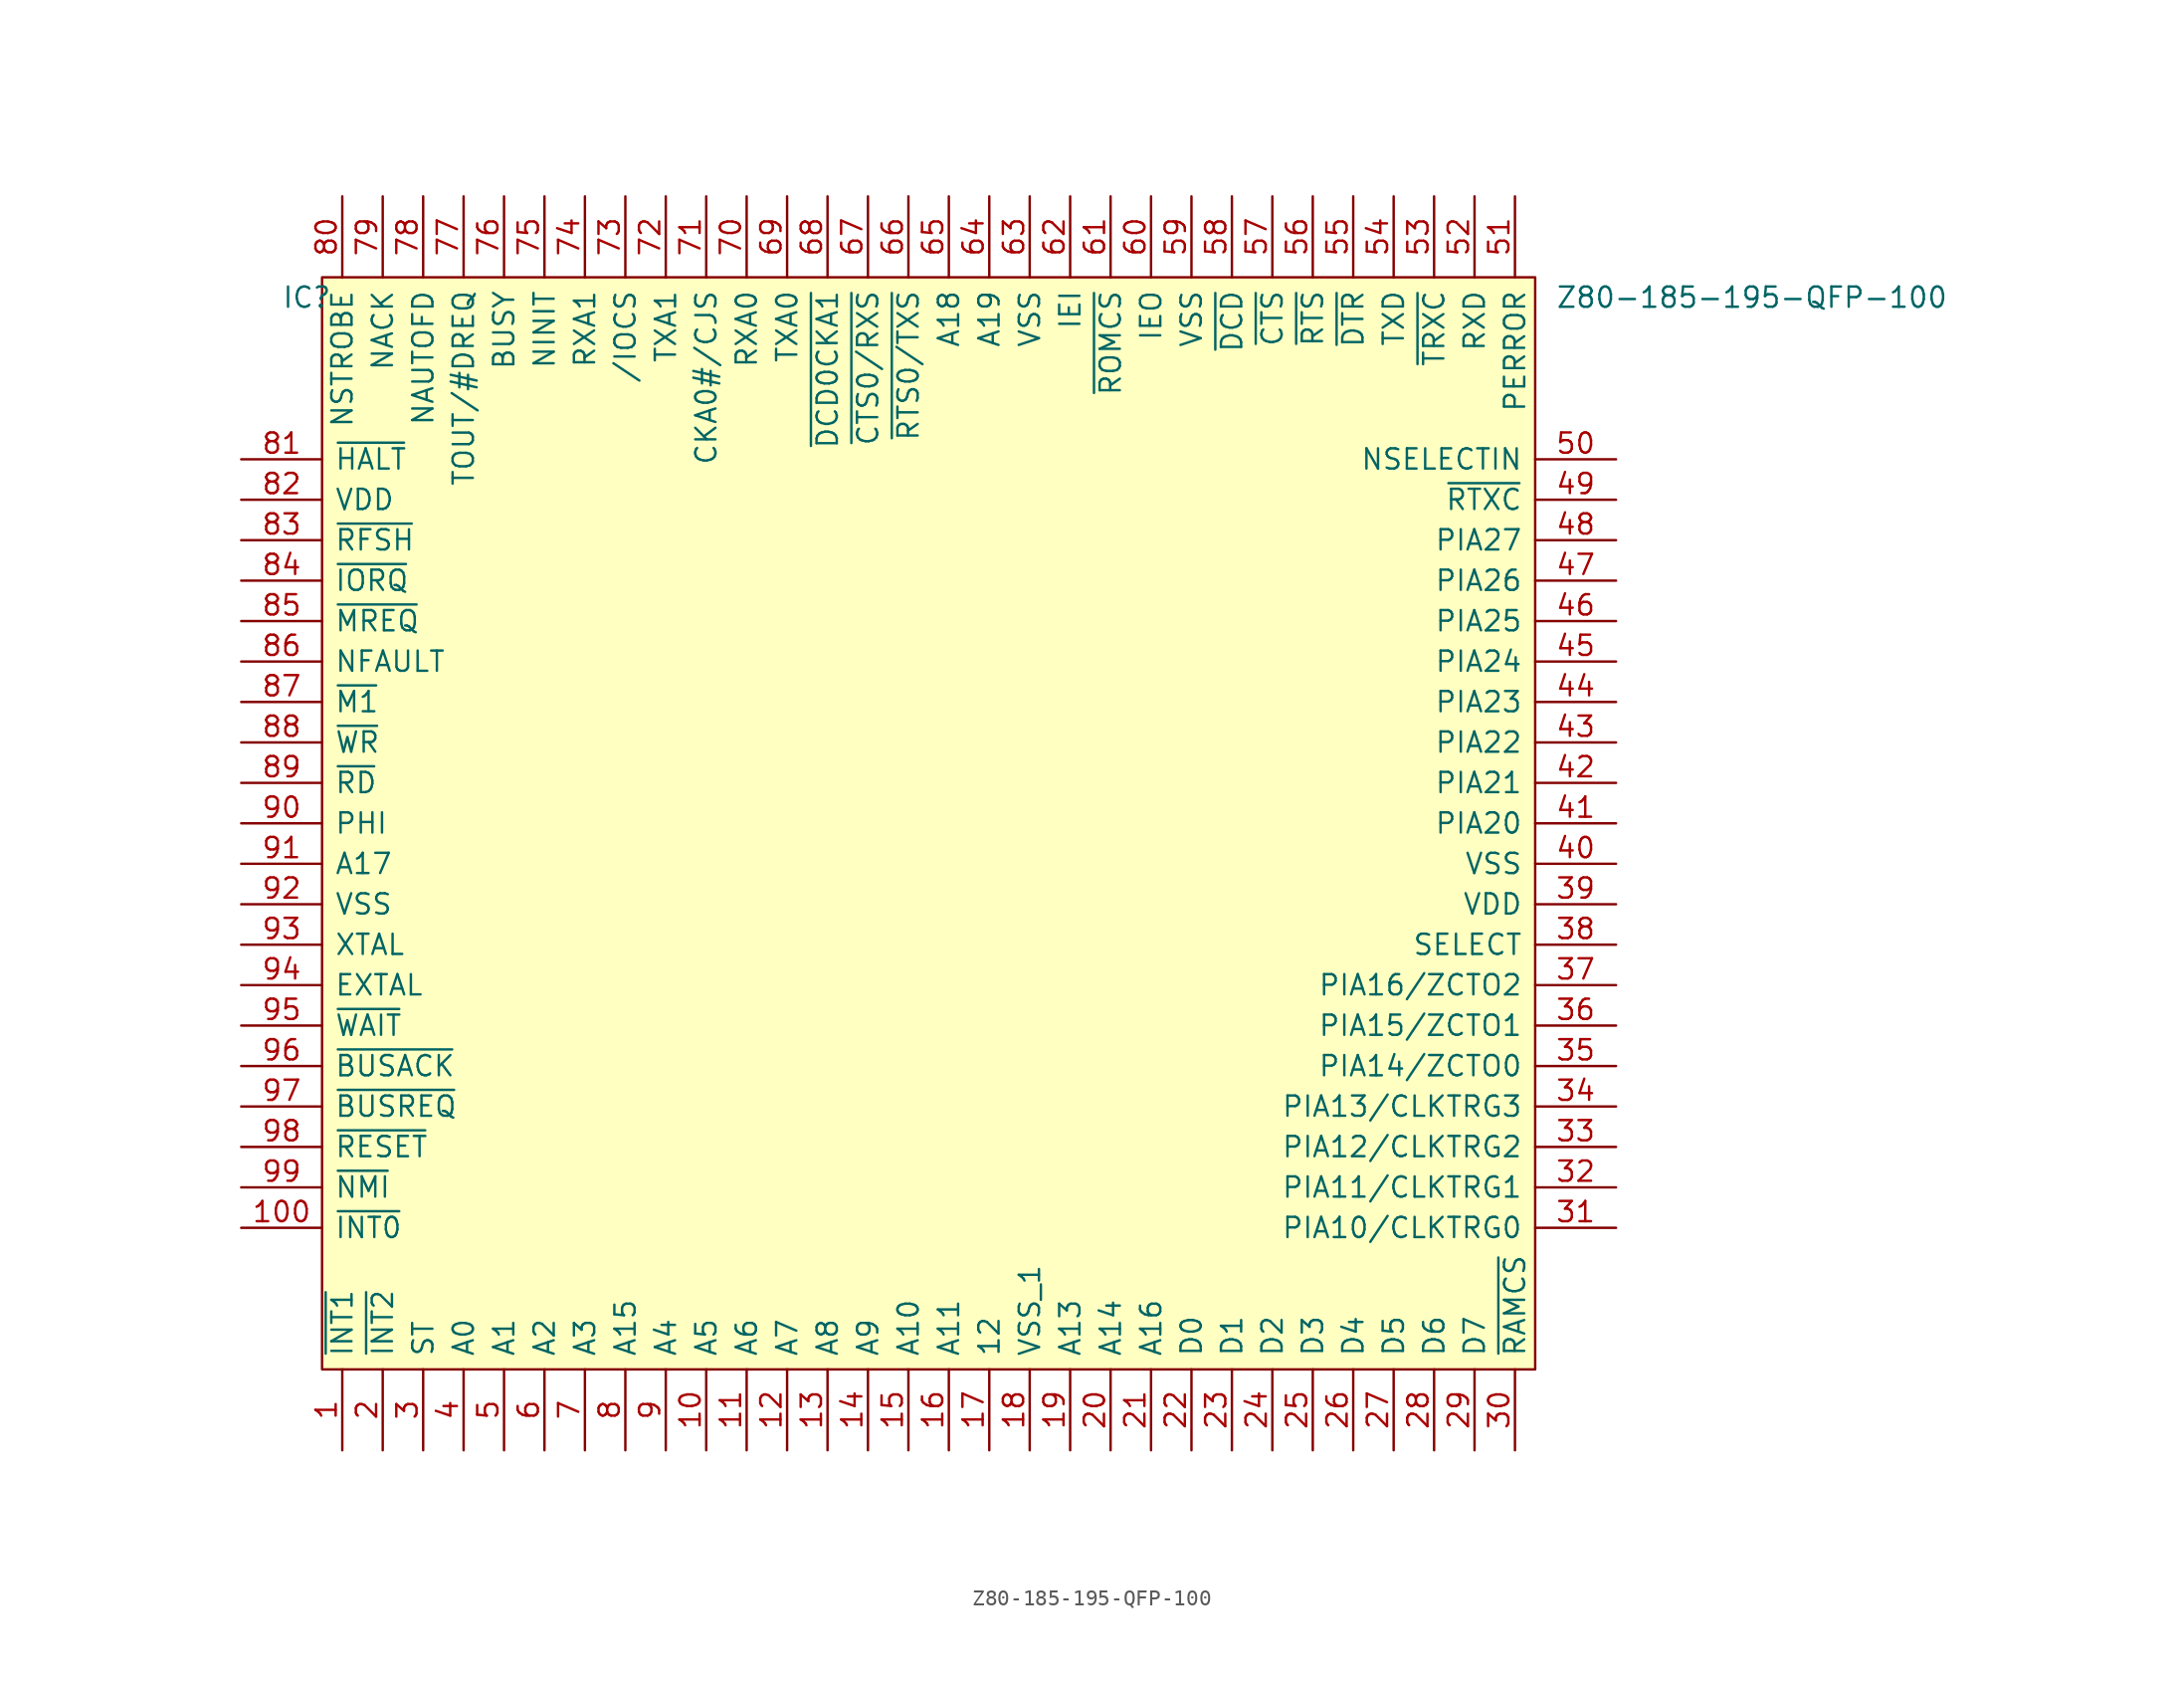
<source format=kicad_sym>
(kicad_symbol_lib
  (version 20211014)
  (generator kicad_symbol_editor)
  (symbol "Z80-185-195-QFP-100"
    (pin_names
      (offset 0.762))
    (property "Reference" "IC"
      (at -2.54 -1.27 0)
      (effects (font (size 1.27 1.27)) (justify left)))
    (property "Value" "Z80-185-195-QFP-100"
      (at 77.47 -1.27 0)
      (effects (font (size 1.27 1.27)) (justify left)))
    (symbol "Z80-185-195-QFP-100_0_0"
      (pin bidirectional line (at 1.27 -73.66 90) (length 5.08) (name "~{INT1}" (effects (font (size 1.27 1.27)))) (number "1" (effects (font (size 1.27 1.27)))))
      (pin bidirectional line (at 24.13 -73.66 90) (length 5.08) (name "A5" (effects (font (size 1.27 1.27)))) (number "10" (effects (font (size 1.27 1.27)))))
      (pin bidirectional line (at -5.08 -59.69 0) (length 5.08) (name "~{INT0}" (effects (font (size 1.27 1.27)))) (number "100" (effects (font (size 1.27 1.27)))))
      (pin bidirectional line (at 26.67 -73.66 90) (length 5.08) (name "A6" (effects (font (size 1.27 1.27)))) (number "11" (effects (font (size 1.27 1.27)))))
      (pin bidirectional line (at 29.21 -73.66 90) (length 5.08) (name "A7" (effects (font (size 1.27 1.27)))) (number "12" (effects (font (size 1.27 1.27)))))
      (pin bidirectional line (at 31.75 -73.66 90) (length 5.08) (name "A8" (effects (font (size 1.27 1.27)))) (number "13" (effects (font (size 1.27 1.27)))))
      (pin bidirectional line (at 34.29 -73.66 90) (length 5.08) (name "A9" (effects (font (size 1.27 1.27)))) (number "14" (effects (font (size 1.27 1.27)))))
      (pin bidirectional line (at 36.83 -73.66 90) (length 5.08) (name "A10" (effects (font (size 1.27 1.27)))) (number "15" (effects (font (size 1.27 1.27)))))
      (pin bidirectional line (at 39.37 -73.66 90) (length 5.08) (name "A11" (effects (font (size 1.27 1.27)))) (number "16" (effects (font (size 1.27 1.27)))))
      (pin bidirectional line (at 41.91 -73.66 90) (length 5.08) (name "12" (effects (font (size 1.27 1.27)))) (number "17" (effects (font (size 1.27 1.27)))))
      (pin bidirectional line (at 44.45 -73.66 90) (length 5.08) (name "VSS_1" (effects (font (size 1.27 1.27)))) (number "18" (effects (font (size 1.27 1.27)))))
      (pin bidirectional line (at 46.99 -73.66 90) (length 5.08) (name "A13" (effects (font (size 1.27 1.27)))) (number "19" (effects (font (size 1.27 1.27)))))
      (pin bidirectional line (at 3.81 -73.66 90) (length 5.08) (name "~{INT2}" (effects (font (size 1.27 1.27)))) (number "2" (effects (font (size 1.27 1.27)))))
      (pin bidirectional line (at 49.53 -73.66 90) (length 5.08) (name "A14" (effects (font (size 1.27 1.27)))) (number "20" (effects (font (size 1.27 1.27)))))
      (pin bidirectional line (at 52.07 -73.66 90) (length 5.08) (name "A16" (effects (font (size 1.27 1.27)))) (number "21" (effects (font (size 1.27 1.27)))))
      (pin bidirectional line (at 54.61 -73.66 90) (length 5.08) (name "D0" (effects (font (size 1.27 1.27)))) (number "22" (effects (font (size 1.27 1.27)))))
      (pin bidirectional line (at 57.15 -73.66 90) (length 5.08) (name "D1" (effects (font (size 1.27 1.27)))) (number "23" (effects (font (size 1.27 1.27)))))
      (pin bidirectional line (at 59.69 -73.66 90) (length 5.08) (name "D2" (effects (font (size 1.27 1.27)))) (number "24" (effects (font (size 1.27 1.27)))))
      (pin bidirectional line (at 62.23 -73.66 90) (length 5.08) (name "D3" (effects (font (size 1.27 1.27)))) (number "25" (effects (font (size 1.27 1.27)))))
      (pin bidirectional line (at 64.77 -73.66 90) (length 5.08) (name "D4" (effects (font (size 1.27 1.27)))) (number "26" (effects (font (size 1.27 1.27)))))
      (pin bidirectional line (at 67.31 -73.66 90) (length 5.08) (name "D5" (effects (font (size 1.27 1.27)))) (number "27" (effects (font (size 1.27 1.27)))))
      (pin bidirectional line (at 69.85 -73.66 90) (length 5.08) (name "D6" (effects (font (size 1.27 1.27)))) (number "28" (effects (font (size 1.27 1.27)))))
      (pin bidirectional line (at 72.39 -73.66 90) (length 5.08) (name "D7" (effects (font (size 1.27 1.27)))) (number "29" (effects (font (size 1.27 1.27)))))
      (pin bidirectional line (at 6.35 -73.66 90) (length 5.08) (name "ST" (effects (font (size 1.27 1.27)))) (number "3" (effects (font (size 1.27 1.27)))))
      (pin bidirectional line (at 74.93 -73.66 90) (length 5.08) (name "~{RAMCS}" (effects (font (size 1.27 1.27)))) (number "30" (effects (font (size 1.27 1.27)))))
      (pin bidirectional line (at 81.28 -59.69 180) (length 5.08) (name "PIA10/CLKTRG0" (effects (font (size 1.27 1.27)))) (number "31" (effects (font (size 1.27 1.27)))))
      (pin bidirectional line (at 81.28 -57.15 180) (length 5.08) (name "PIA11/CLKTRG1" (effects (font (size 1.27 1.27)))) (number "32" (effects (font (size 1.27 1.27)))))
      (pin bidirectional line (at 81.28 -54.61 180) (length 5.08) (name "PIA12/CLKTRG2" (effects (font (size 1.27 1.27)))) (number "33" (effects (font (size 1.27 1.27)))))
      (pin bidirectional line (at 81.28 -52.07 180) (length 5.08) (name "PIA13/CLKTRG3" (effects (font (size 1.27 1.27)))) (number "34" (effects (font (size 1.27 1.27)))))
      (pin bidirectional line (at 81.28 -49.53 180) (length 5.08) (name "PIA14/ZCTO0" (effects (font (size 1.27 1.27)))) (number "35" (effects (font (size 1.27 1.27)))))
      (pin bidirectional line (at 81.28 -46.99 180) (length 5.08) (name "PIA15/ZCTO1" (effects (font (size 1.27 1.27)))) (number "36" (effects (font (size 1.27 1.27)))))
      (pin bidirectional line (at 81.28 -44.45 180) (length 5.08) (name "PIA16/ZCTO2" (effects (font (size 1.27 1.27)))) (number "37" (effects (font (size 1.27 1.27)))))
      (pin bidirectional line (at 81.28 -41.91 180) (length 5.08) (name "SELECT" (effects (font (size 1.27 1.27)))) (number "38" (effects (font (size 1.27 1.27)))))
      (pin bidirectional line (at 81.28 -39.37 180) (length 5.08) (name "VDD" (effects (font (size 1.27 1.27)))) (number "39" (effects (font (size 1.27 1.27)))))
      (pin bidirectional line (at 8.89 -73.66 90) (length 5.08) (name "A0" (effects (font (size 1.27 1.27)))) (number "4" (effects (font (size 1.27 1.27)))))
      (pin bidirectional line (at 81.28 -36.83 180) (length 5.08) (name "VSS" (effects (font (size 1.27 1.27)))) (number "40" (effects (font (size 1.27 1.27)))))
      (pin bidirectional line (at 81.28 -34.29 180) (length 5.08) (name "PIA20" (effects (font (size 1.27 1.27)))) (number "41" (effects (font (size 1.27 1.27)))))
      (pin bidirectional line (at 81.28 -31.75 180) (length 5.08) (name "PIA21" (effects (font (size 1.27 1.27)))) (number "42" (effects (font (size 1.27 1.27)))))
      (pin bidirectional line (at 81.28 -29.21 180) (length 5.08) (name "PIA22" (effects (font (size 1.27 1.27)))) (number "43" (effects (font (size 1.27 1.27)))))
      (pin bidirectional line (at 81.28 -26.67 180) (length 5.08) (name "PIA23" (effects (font (size 1.27 1.27)))) (number "44" (effects (font (size 1.27 1.27)))))
      (pin bidirectional line (at 81.28 -24.13 180) (length 5.08) (name "PIA24" (effects (font (size 1.27 1.27)))) (number "45" (effects (font (size 1.27 1.27)))))
      (pin bidirectional line (at 81.28 -21.59 180) (length 5.08) (name "PIA25" (effects (font (size 1.27 1.27)))) (number "46" (effects (font (size 1.27 1.27)))))
      (pin bidirectional line (at 81.28 -19.05 180) (length 5.08) (name "PIA26" (effects (font (size 1.27 1.27)))) (number "47" (effects (font (size 1.27 1.27)))))
      (pin bidirectional line (at 81.28 -16.51 180) (length 5.08) (name "PIA27" (effects (font (size 1.27 1.27)))) (number "48" (effects (font (size 1.27 1.27)))))
      (pin bidirectional line (at 81.28 -13.97 180) (length 5.08) (name "~{RTXC}" (effects (font (size 1.27 1.27)))) (number "49" (effects (font (size 1.27 1.27)))))
      (pin bidirectional line (at 11.43 -73.66 90) (length 5.08) (name "A1" (effects (font (size 1.27 1.27)))) (number "5" (effects (font (size 1.27 1.27)))))
      (pin bidirectional line (at 81.28 -11.43 180) (length 5.08) (name "NSELECTIN" (effects (font (size 1.27 1.27)))) (number "50" (effects (font (size 1.27 1.27)))))
      (pin bidirectional line (at 74.93 5.08 270) (length 5.08) (name "PERROR" (effects (font (size 1.27 1.27)))) (number "51" (effects (font (size 1.27 1.27)))))
      (pin bidirectional line (at 72.39 5.08 270) (length 5.08) (name "RXD" (effects (font (size 1.27 1.27)))) (number "52" (effects (font (size 1.27 1.27)))))
      (pin bidirectional line (at 69.85 5.08 270) (length 5.08) (name "~{TRXC}" (effects (font (size 1.27 1.27)))) (number "53" (effects (font (size 1.27 1.27)))))
      (pin bidirectional line (at 67.31 5.08 270) (length 5.08) (name "TXD" (effects (font (size 1.27 1.27)))) (number "54" (effects (font (size 1.27 1.27)))))
      (pin bidirectional line (at 64.77 5.08 270) (length 5.08) (name "~{DTR}" (effects (font (size 1.27 1.27)))) (number "55" (effects (font (size 1.27 1.27)))))
      (pin bidirectional line (at 62.23 5.08 270) (length 5.08) (name "~{RTS}" (effects (font (size 1.27 1.27)))) (number "56" (effects (font (size 1.27 1.27)))))
      (pin bidirectional line (at 59.69 5.08 270) (length 5.08) (name "~{CTS}" (effects (font (size 1.27 1.27)))) (number "57" (effects (font (size 1.27 1.27)))))
      (pin bidirectional line (at 57.15 5.08 270) (length 5.08) (name "~{DCD}" (effects (font (size 1.27 1.27)))) (number "58" (effects (font (size 1.27 1.27)))))
      (pin bidirectional line (at 54.61 5.08 270) (length 5.08) (name "VSS" (effects (font (size 1.27 1.27)))) (number "59" (effects (font (size 1.27 1.27)))))
      (pin bidirectional line (at 13.97 -73.66 90) (length 5.08) (name "A2" (effects (font (size 1.27 1.27)))) (number "6" (effects (font (size 1.27 1.27)))))
      (pin bidirectional line (at 52.07 5.08 270) (length 5.08) (name "IEO" (effects (font (size 1.27 1.27)))) (number "60" (effects (font (size 1.27 1.27)))))
      (pin bidirectional line (at 49.53 5.08 270) (length 5.08) (name "~{ROMCS}" (effects (font (size 1.27 1.27)))) (number "61" (effects (font (size 1.27 1.27)))))
      (pin bidirectional line (at 46.99 5.08 270) (length 5.08) (name "IEI" (effects (font (size 1.27 1.27)))) (number "62" (effects (font (size 1.27 1.27)))))
      (pin bidirectional line (at 44.45 5.08 270) (length 5.08) (name "VSS" (effects (font (size 1.27 1.27)))) (number "63" (effects (font (size 1.27 1.27)))))
      (pin bidirectional line (at 41.91 5.08 270) (length 5.08) (name "A19" (effects (font (size 1.27 1.27)))) (number "64" (effects (font (size 1.27 1.27)))))
      (pin bidirectional line (at 39.37 5.08 270) (length 5.08) (name "A18" (effects (font (size 1.27 1.27)))) (number "65" (effects (font (size 1.27 1.27)))))
      (pin bidirectional line (at 36.83 5.08 270) (length 5.08) (name "~{RTS0/TXS}" (effects (font (size 1.27 1.27)))) (number "66" (effects (font (size 1.27 1.27)))))
      (pin bidirectional line (at 34.29 5.08 270) (length 5.08) (name "~{CTS0/RXS}" (effects (font (size 1.27 1.27)))) (number "67" (effects (font (size 1.27 1.27)))))
      (pin bidirectional line (at 31.75 5.08 270) (length 5.08) (name "~{DCD0CKA1}" (effects (font (size 1.27 1.27)))) (number "68" (effects (font (size 1.27 1.27)))))
      (pin bidirectional line (at 29.21 5.08 270) (length 5.08) (name "TXA0" (effects (font (size 1.27 1.27)))) (number "69" (effects (font (size 1.27 1.27)))))
      (pin bidirectional line (at 16.51 -73.66 90) (length 5.08) (name "A3" (effects (font (size 1.27 1.27)))) (number "7" (effects (font (size 1.27 1.27)))))
      (pin bidirectional line (at 26.67 5.08 270) (length 5.08) (name "RXA0" (effects (font (size 1.27 1.27)))) (number "70" (effects (font (size 1.27 1.27)))))
      (pin bidirectional line (at 24.13 5.08 270) (length 5.08) (name "CKA0#/CJS" (effects (font (size 1.27 1.27)))) (number "71" (effects (font (size 1.27 1.27)))))
      (pin bidirectional line (at 21.59 5.08 270) (length 5.08) (name "TXA1" (effects (font (size 1.27 1.27)))) (number "72" (effects (font (size 1.27 1.27)))))
      (pin bidirectional line (at 19.05 5.08 270) (length 5.08) (name "/IOCS" (effects (font (size 1.27 1.27)))) (number "73" (effects (font (size 1.27 1.27)))))
      (pin bidirectional line (at 16.51 5.08 270) (length 5.08) (name "RXA1" (effects (font (size 1.27 1.27)))) (number "74" (effects (font (size 1.27 1.27)))))
      (pin bidirectional line (at 13.97 5.08 270) (length 5.08) (name "NINIT" (effects (font (size 1.27 1.27)))) (number "75" (effects (font (size 1.27 1.27)))))
      (pin bidirectional line (at 11.43 5.08 270) (length 5.08) (name "BUSY" (effects (font (size 1.27 1.27)))) (number "76" (effects (font (size 1.27 1.27)))))
      (pin bidirectional line (at 8.89 5.08 270) (length 5.08) (name "TOUT/#DREQ" (effects (font (size 1.27 1.27)))) (number "77" (effects (font (size 1.27 1.27)))))
      (pin bidirectional line (at 6.35 5.08 270) (length 5.08) (name "NAUTOFD" (effects (font (size 1.27 1.27)))) (number "78" (effects (font (size 1.27 1.27)))))
      (pin bidirectional line (at 3.81 5.08 270) (length 5.08) (name "NACK" (effects (font (size 1.27 1.27)))) (number "79" (effects (font (size 1.27 1.27)))))
      (pin bidirectional line (at 19.05 -73.66 90) (length 5.08) (name "A15" (effects (font (size 1.27 1.27)))) (number "8" (effects (font (size 1.27 1.27)))))
      (pin bidirectional line (at 1.27 5.08 270) (length 5.08) (name "NSTROBE" (effects (font (size 1.27 1.27)))) (number "80" (effects (font (size 1.27 1.27)))))
      (pin bidirectional line (at -5.08 -11.43 0) (length 5.08) (name "~{HALT}" (effects (font (size 1.27 1.27)))) (number "81" (effects (font (size 1.27 1.27)))))
      (pin bidirectional line (at -5.08 -13.97 0) (length 5.08) (name "VDD" (effects (font (size 1.27 1.27)))) (number "82" (effects (font (size 1.27 1.27)))))
      (pin bidirectional line (at -5.08 -16.51 0) (length 5.08) (name "~{RFSH}" (effects (font (size 1.27 1.27)))) (number "83" (effects (font (size 1.27 1.27)))))
      (pin bidirectional line (at -5.08 -19.05 0) (length 5.08) (name "~{IORQ}" (effects (font (size 1.27 1.27)))) (number "84" (effects (font (size 1.27 1.27)))))
      (pin bidirectional line (at -5.08 -21.59 0) (length 5.08) (name "~{MREQ}" (effects (font (size 1.27 1.27)))) (number "85" (effects (font (size 1.27 1.27)))))
      (pin bidirectional line (at -5.08 -24.13 0) (length 5.08) (name "NFAULT" (effects (font (size 1.27 1.27)))) (number "86" (effects (font (size 1.27 1.27)))))
      (pin bidirectional line (at -5.08 -26.67 0) (length 5.08) (name "~{M1}" (effects (font (size 1.27 1.27)))) (number "87" (effects (font (size 1.27 1.27)))))
      (pin bidirectional line (at -5.08 -29.21 0) (length 5.08) (name "~{WR}" (effects (font (size 1.27 1.27)))) (number "88" (effects (font (size 1.27 1.27)))))
      (pin bidirectional line (at -5.08 -31.75 0) (length 5.08) (name "~{RD}" (effects (font (size 1.27 1.27)))) (number "89" (effects (font (size 1.27 1.27)))))
      (pin bidirectional line (at 21.59 -73.66 90) (length 5.08) (name "A4" (effects (font (size 1.27 1.27)))) (number "9" (effects (font (size 1.27 1.27)))))
      (pin bidirectional line (at -5.08 -34.29 0) (length 5.08) (name "PHI" (effects (font (size 1.27 1.27)))) (number "90" (effects (font (size 1.27 1.27)))))
      (pin bidirectional line (at -5.08 -36.83 0) (length 5.08) (name "A17" (effects (font (size 1.27 1.27)))) (number "91" (effects (font (size 1.27 1.27)))))
      (pin bidirectional line (at -5.08 -39.37 0) (length 5.08) (name "VSS" (effects (font (size 1.27 1.27)))) (number "92" (effects (font (size 1.27 1.27)))))
      (pin bidirectional line (at -5.08 -41.91 0) (length 5.08) (name "XTAL" (effects (font (size 1.27 1.27)))) (number "93" (effects (font (size 1.27 1.27)))))
      (pin bidirectional line (at -5.08 -44.45 0) (length 5.08) (name "EXTAL" (effects (font (size 1.27 1.27)))) (number "94" (effects (font (size 1.27 1.27)))))
      (pin bidirectional line (at -5.08 -46.99 0) (length 5.08) (name "~{WAIT}" (effects (font (size 1.27 1.27)))) (number "95" (effects (font (size 1.27 1.27)))))
      (pin bidirectional line (at -5.08 -49.53 0) (length 5.08) (name "~{BUSACK}" (effects (font (size 1.27 1.27)))) (number "96" (effects (font (size 1.27 1.27)))))
      (pin bidirectional line (at -5.08 -52.07 0) (length 5.08) (name "~{BUSREQ}" (effects (font (size 1.27 1.27)))) (number "97" (effects (font (size 1.27 1.27)))))
      (pin bidirectional line (at -5.08 -54.61 0) (length 5.08) (name "~{RESET}" (effects (font (size 1.27 1.27)))) (number "98" (effects (font (size 1.27 1.27)))))
      (pin bidirectional line (at -5.08 -57.15 0) (length 5.08) (name "~{NMI}" (effects (font (size 1.27 1.27)))) (number "99" (effects (font (size 1.27 1.27))))))
    (symbol "Z80-185-195-QFP-100_0_1"
      (rectangle (start 0 0) (end 76.2 -68.58) (stroke (width 0.152) (type solid)) (fill (type background))))))
</source>
